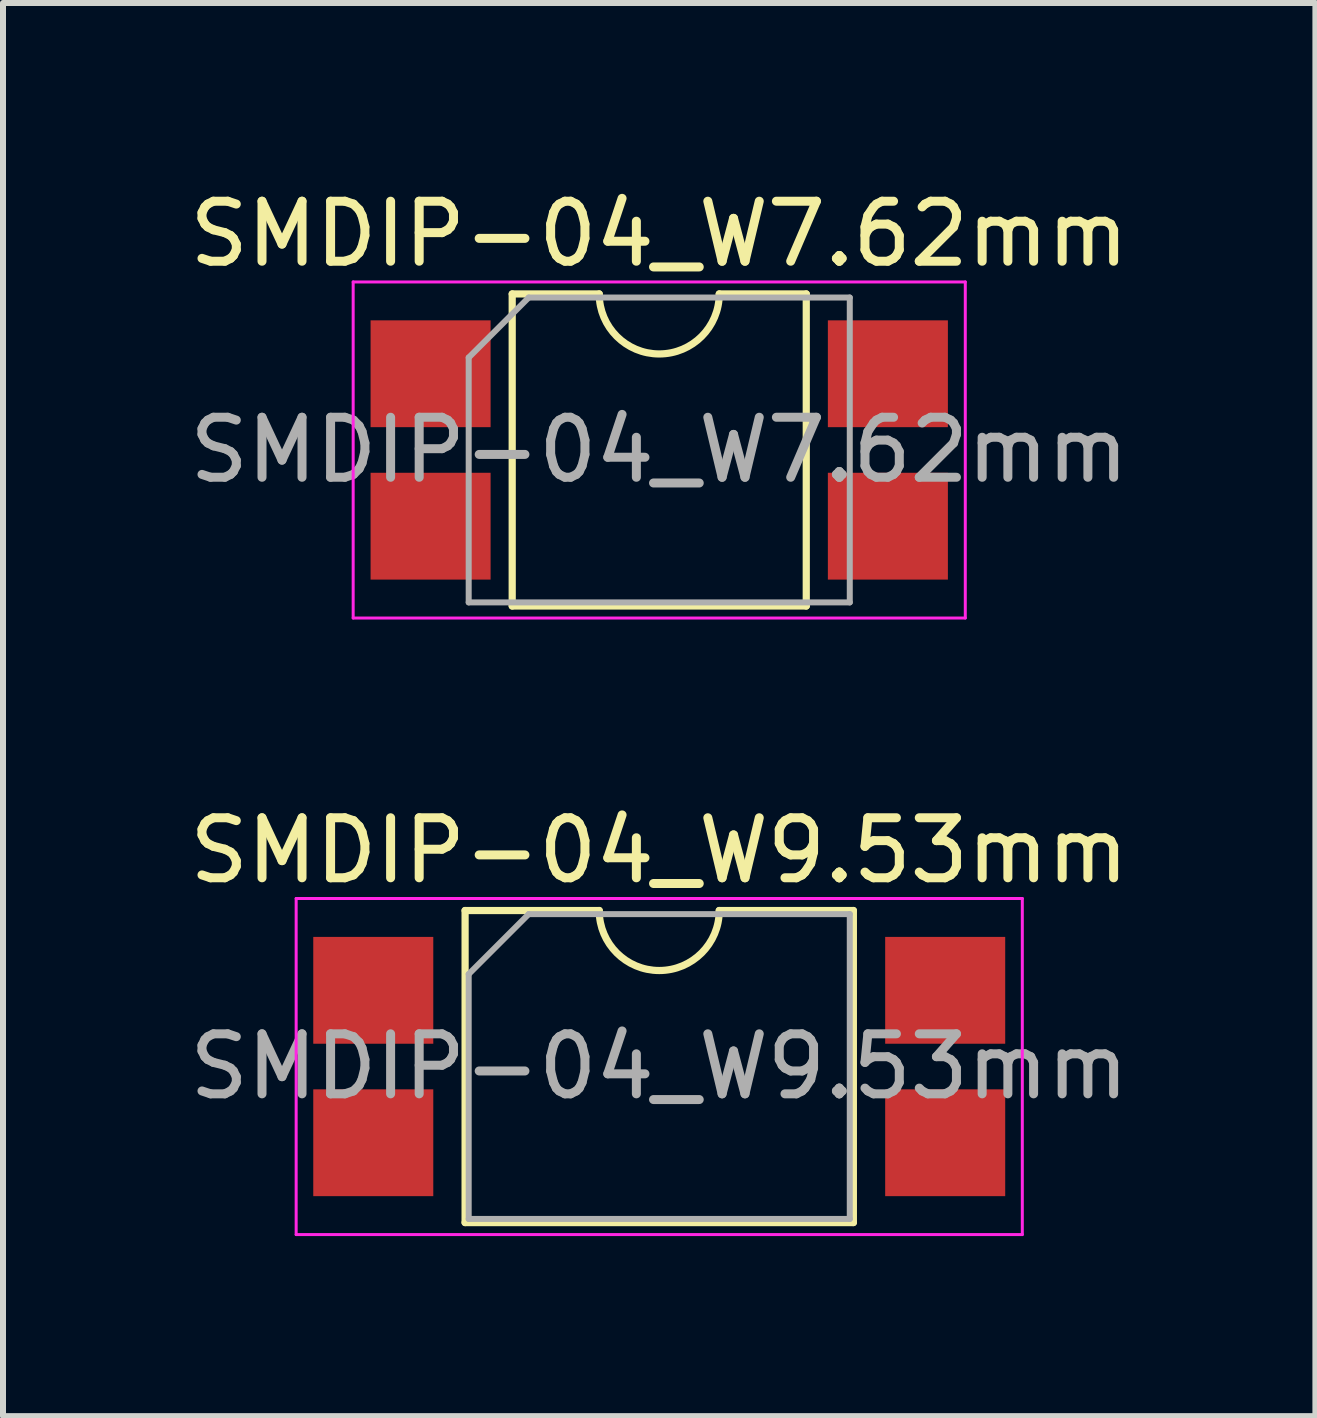
<source format=kicad_pcb>
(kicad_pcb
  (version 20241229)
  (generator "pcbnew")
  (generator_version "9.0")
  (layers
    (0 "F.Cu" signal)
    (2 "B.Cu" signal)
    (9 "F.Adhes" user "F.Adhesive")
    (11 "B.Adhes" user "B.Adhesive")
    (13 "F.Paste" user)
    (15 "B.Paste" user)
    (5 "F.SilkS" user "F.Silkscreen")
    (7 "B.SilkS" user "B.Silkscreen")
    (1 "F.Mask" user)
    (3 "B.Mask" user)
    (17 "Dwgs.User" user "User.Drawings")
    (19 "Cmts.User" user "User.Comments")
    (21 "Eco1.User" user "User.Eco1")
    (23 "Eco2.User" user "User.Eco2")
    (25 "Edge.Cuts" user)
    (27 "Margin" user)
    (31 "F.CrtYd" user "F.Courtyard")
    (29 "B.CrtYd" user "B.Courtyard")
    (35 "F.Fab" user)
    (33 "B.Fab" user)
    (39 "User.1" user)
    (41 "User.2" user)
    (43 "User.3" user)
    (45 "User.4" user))
  (footprint "SMDIP-04_W7.62mm"
    (layer "F.Cu")
    (at 7.935 4.448)
    (property "Reference" "SMDIP-04_W7.62mm" (at 0 -3.6 0) (layer "F.SilkS") (effects (font (size 1 1) (thickness 0.15))))
    (attr smd)
    (fp_line (start -2.45 -2.6) (end -2.45 2.6) (stroke (width 0.12) (type solid)) (layer "F.SilkS"))
    (fp_line (start -2.45 2.6) (end 2.45 2.6) (stroke (width 0.12) (type solid)) (layer "F.SilkS"))
    (fp_line (start -1 -2.6) (end -2.45 -2.6) (stroke (width 0.12) (type solid)) (layer "F.SilkS"))
    (fp_line (start 2.45 -2.6) (end 1 -2.6) (stroke (width 0.12) (type solid)) (layer "F.SilkS"))
    (fp_line (start 2.45 2.6) (end 2.45 -2.6) (stroke (width 0.12) (type solid)) (layer "F.SilkS"))
    (fp_arc (start 1 -2.6) (mid 0 -1.6) (end -1 -2.6) (stroke (width 0.12) (type solid)) (layer "F.SilkS"))
    (fp_line (start -5.1 -2.8) (end -5.1 2.8) (stroke (width 0.05) (type solid)) (layer "F.CrtYd"))
    (fp_line (start -5.1 2.8) (end 5.1 2.8) (stroke (width 0.05) (type solid)) (layer "F.CrtYd"))
    (fp_line (start 5.1 -2.8) (end -5.1 -2.8) (stroke (width 0.05) (type solid)) (layer "F.CrtYd"))
    (fp_line (start 5.1 2.8) (end 5.1 -2.8) (stroke (width 0.05) (type solid)) (layer "F.CrtYd"))
    (fp_line (start -3.175 -1.54) (end -2.175 -2.54) (stroke (width 0.1) (type solid)) (layer "F.Fab"))
    (fp_line (start -3.175 2.54) (end -3.175 -1.54) (stroke (width 0.1) (type solid)) (layer "F.Fab"))
    (fp_line (start -2.175 -2.54) (end 3.175 -2.54) (stroke (width 0.1) (type solid)) (layer "F.Fab"))
    (fp_line (start 3.175 -2.54) (end 3.175 2.54) (stroke (width 0.1) (type solid)) (layer "F.Fab"))
    (fp_line (start 3.175 2.54) (end -3.175 2.54) (stroke (width 0.1) (type solid)) (layer "F.Fab"))
    (fp_text user "${REFERENCE}" (at 0 0 0) (layer "F.Fab") (effects (font (size 1 1) (thickness 0.15))))
    (pad "1" smd rect (at -3.81 -1.27) (size 2 1.78) (layers "F.Cu" "F.Mask" "F.Paste"))
    (pad "2" smd rect (at -3.81 1.27) (size 2 1.78) (layers "F.Cu" "F.Mask" "F.Paste"))
    (pad "3" smd rect (at 3.81 1.27) (size 2 1.78) (layers "F.Cu" "F.Mask" "F.Paste"))
    (pad "4" smd rect (at 3.81 -1.27) (size 2 1.78) (layers "F.Cu" "F.Mask" "F.Paste")))
  (footprint "SMDIP-04_W9.53mm"
    (layer "F.Cu")
    (at 7.935 14.722)
    (property "Reference" "SMDIP-04_W9.53mm" (at 0 -3.6 0) (layer "F.SilkS") (effects (font (size 1 1) (thickness 0.15))))
    (attr smd)
    (fp_line (start -3.235 -2.6) (end -3.235 2.6) (stroke (width 0.12) (type solid)) (layer "F.SilkS"))
    (fp_line (start -3.235 2.6) (end 3.235 2.6) (stroke (width 0.12) (type solid)) (layer "F.SilkS"))
    (fp_line (start -1 -2.6) (end -3.235 -2.6) (stroke (width 0.12) (type solid)) (layer "F.SilkS"))
    (fp_line (start 3.235 -2.6) (end 1 -2.6) (stroke (width 0.12) (type solid)) (layer "F.SilkS"))
    (fp_line (start 3.235 2.6) (end 3.235 -2.6) (stroke (width 0.12) (type solid)) (layer "F.SilkS"))
    (fp_arc (start 1 -2.6) (mid 0 -1.6) (end -1 -2.6) (stroke (width 0.12) (type solid)) (layer "F.SilkS"))
    (fp_line (start -6.05 -2.8) (end -6.05 2.8) (stroke (width 0.05) (type solid)) (layer "F.CrtYd"))
    (fp_line (start -6.05 2.8) (end 6.05 2.8) (stroke (width 0.05) (type solid)) (layer "F.CrtYd"))
    (fp_line (start 6.05 -2.8) (end -6.05 -2.8) (stroke (width 0.05) (type solid)) (layer "F.CrtYd"))
    (fp_line (start 6.05 2.8) (end 6.05 -2.8) (stroke (width 0.05) (type solid)) (layer "F.CrtYd"))
    (fp_line (start -3.175 -1.54) (end -2.175 -2.54) (stroke (width 0.1) (type solid)) (layer "F.Fab"))
    (fp_line (start -3.175 2.54) (end -3.175 -1.54) (stroke (width 0.1) (type solid)) (layer "F.Fab"))
    (fp_line (start -2.175 -2.54) (end 3.175 -2.54) (stroke (width 0.1) (type solid)) (layer "F.Fab"))
    (fp_line (start 3.175 -2.54) (end 3.175 2.54) (stroke (width 0.1) (type solid)) (layer "F.Fab"))
    (fp_line (start 3.175 2.54) (end -3.175 2.54) (stroke (width 0.1) (type solid)) (layer "F.Fab"))
    (fp_text user "${REFERENCE}" (at 0 0 0) (layer "F.Fab") (effects (font (size 1 1) (thickness 0.15))))
    (pad "1" smd rect (at -4.765 -1.27) (size 2 1.78) (layers "F.Cu" "F.Mask" "F.Paste"))
    (pad "2" smd rect (at -4.765 1.27) (size 2 1.78) (layers "F.Cu" "F.Mask" "F.Paste"))
    (pad "3" smd rect (at 4.765 1.27) (size 2 1.78) (layers "F.Cu" "F.Mask" "F.Paste"))
    (pad "4" smd rect (at 4.765 -1.27) (size 2 1.78) (layers "F.Cu" "F.Mask" "F.Paste")))
  (gr_rect
    (start -3 -3)
    (end 18.869 20.547)
    (stroke (width 0.1) (type default))
    (fill no)
    (layer "Edge.Cuts")))
</source>
